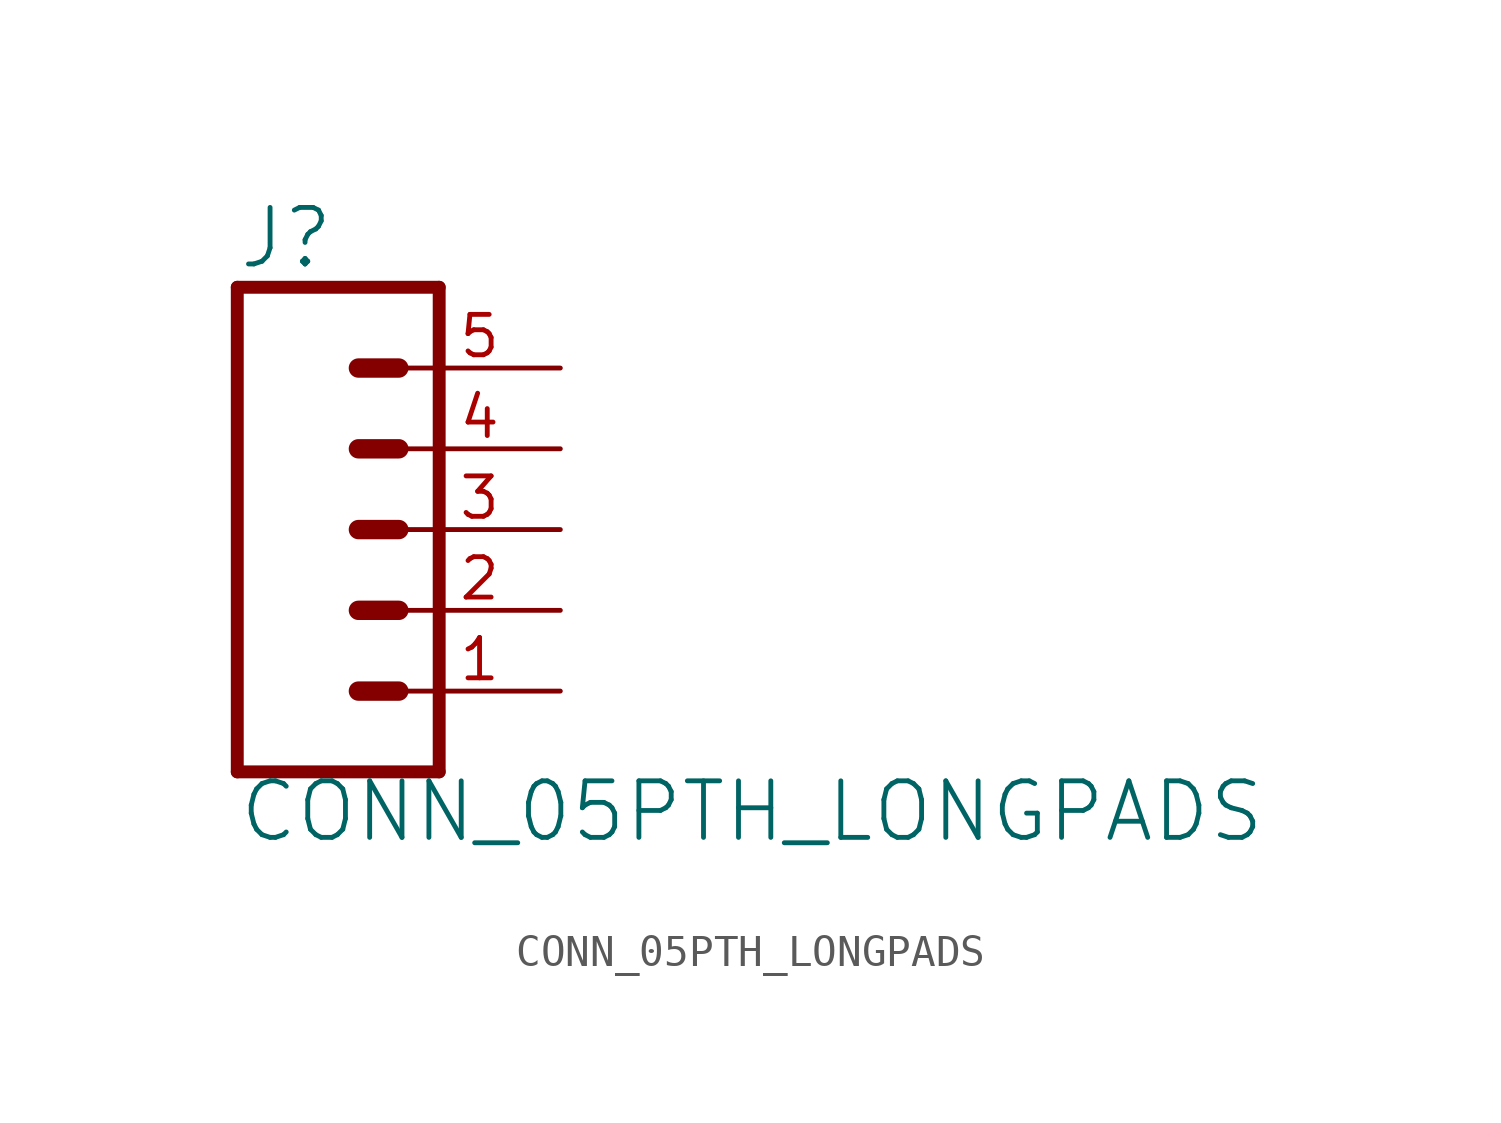
<source format=kicad_sym>
(kicad_symbol_lib
  (version 20211014)
  (generator kicad_symbol_editor)
  (symbol "CONN_05PTH_LONGPADS"
    (property "Reference" "J"
      (at -2.54 8.128 0)
      (effects (font (size 1.778 1.778)) (justify left bottom)))
    (property "Value" "CONN_05PTH_LONGPADS"
      (at -2.54 -9.906 0)
      (effects (font (size 1.778 1.778)) (justify left bottom)))
    (property "ki_locked" ""
      (at 0 0 0)
      (effects (font (size 1.27 1.27))))
    (symbol "CONN_05PTH_LONGPADS_1_0"
      (polyline (pts (xy -2.54 7.62) (xy -2.54 -7.62)) (stroke (width 0.406) (type default) (color 0 0 0 0)) (fill (type none)))
      (polyline (pts (xy -2.54 7.62) (xy 3.81 7.62)) (stroke (width 0.406) (type default) (color 0 0 0 0)) (fill (type none)))
      (polyline (pts (xy 1.27 -5.08) (xy 2.54 -5.08)) (stroke (width 0.61) (type default) (color 0 0 0 0)) (fill (type none)))
      (polyline (pts (xy 1.27 -2.54) (xy 2.54 -2.54)) (stroke (width 0.61) (type default) (color 0 0 0 0)) (fill (type none)))
      (polyline (pts (xy 1.27 0) (xy 2.54 0)) (stroke (width 0.61) (type default) (color 0 0 0 0)) (fill (type none)))
      (polyline (pts (xy 1.27 2.54) (xy 2.54 2.54)) (stroke (width 0.61) (type default) (color 0 0 0 0)) (fill (type none)))
      (polyline (pts (xy 1.27 5.08) (xy 2.54 5.08)) (stroke (width 0.61) (type default) (color 0 0 0 0)) (fill (type none)))
      (polyline (pts (xy 3.81 -7.62) (xy -2.54 -7.62)) (stroke (width 0.406) (type default) (color 0 0 0 0)) (fill (type none)))
      (polyline (pts (xy 3.81 -7.62) (xy 3.81 7.62)) (stroke (width 0.406) (type default) (color 0 0 0 0)) (fill (type none)))
      (pin passive line (at 7.62 -5.08 180) (length 5.08) (name "1" (effects (font (size 0 0)))) (number "1" (effects (font (size 1.27 1.27)))))
      (pin passive line (at 7.62 -2.54 180) (length 5.08) (name "2" (effects (font (size 0 0)))) (number "2" (effects (font (size 1.27 1.27)))))
      (pin passive line (at 7.62 0 180) (length 5.08) (name "3" (effects (font (size 0 0)))) (number "3" (effects (font (size 1.27 1.27)))))
      (pin passive line (at 7.62 2.54 180) (length 5.08) (name "4" (effects (font (size 0 0)))) (number "4" (effects (font (size 1.27 1.27)))))
      (pin passive line (at 7.62 5.08 180) (length 5.08) (name "5" (effects (font (size 0 0)))) (number "5" (effects (font (size 1.27 1.27))))))))
</source>
